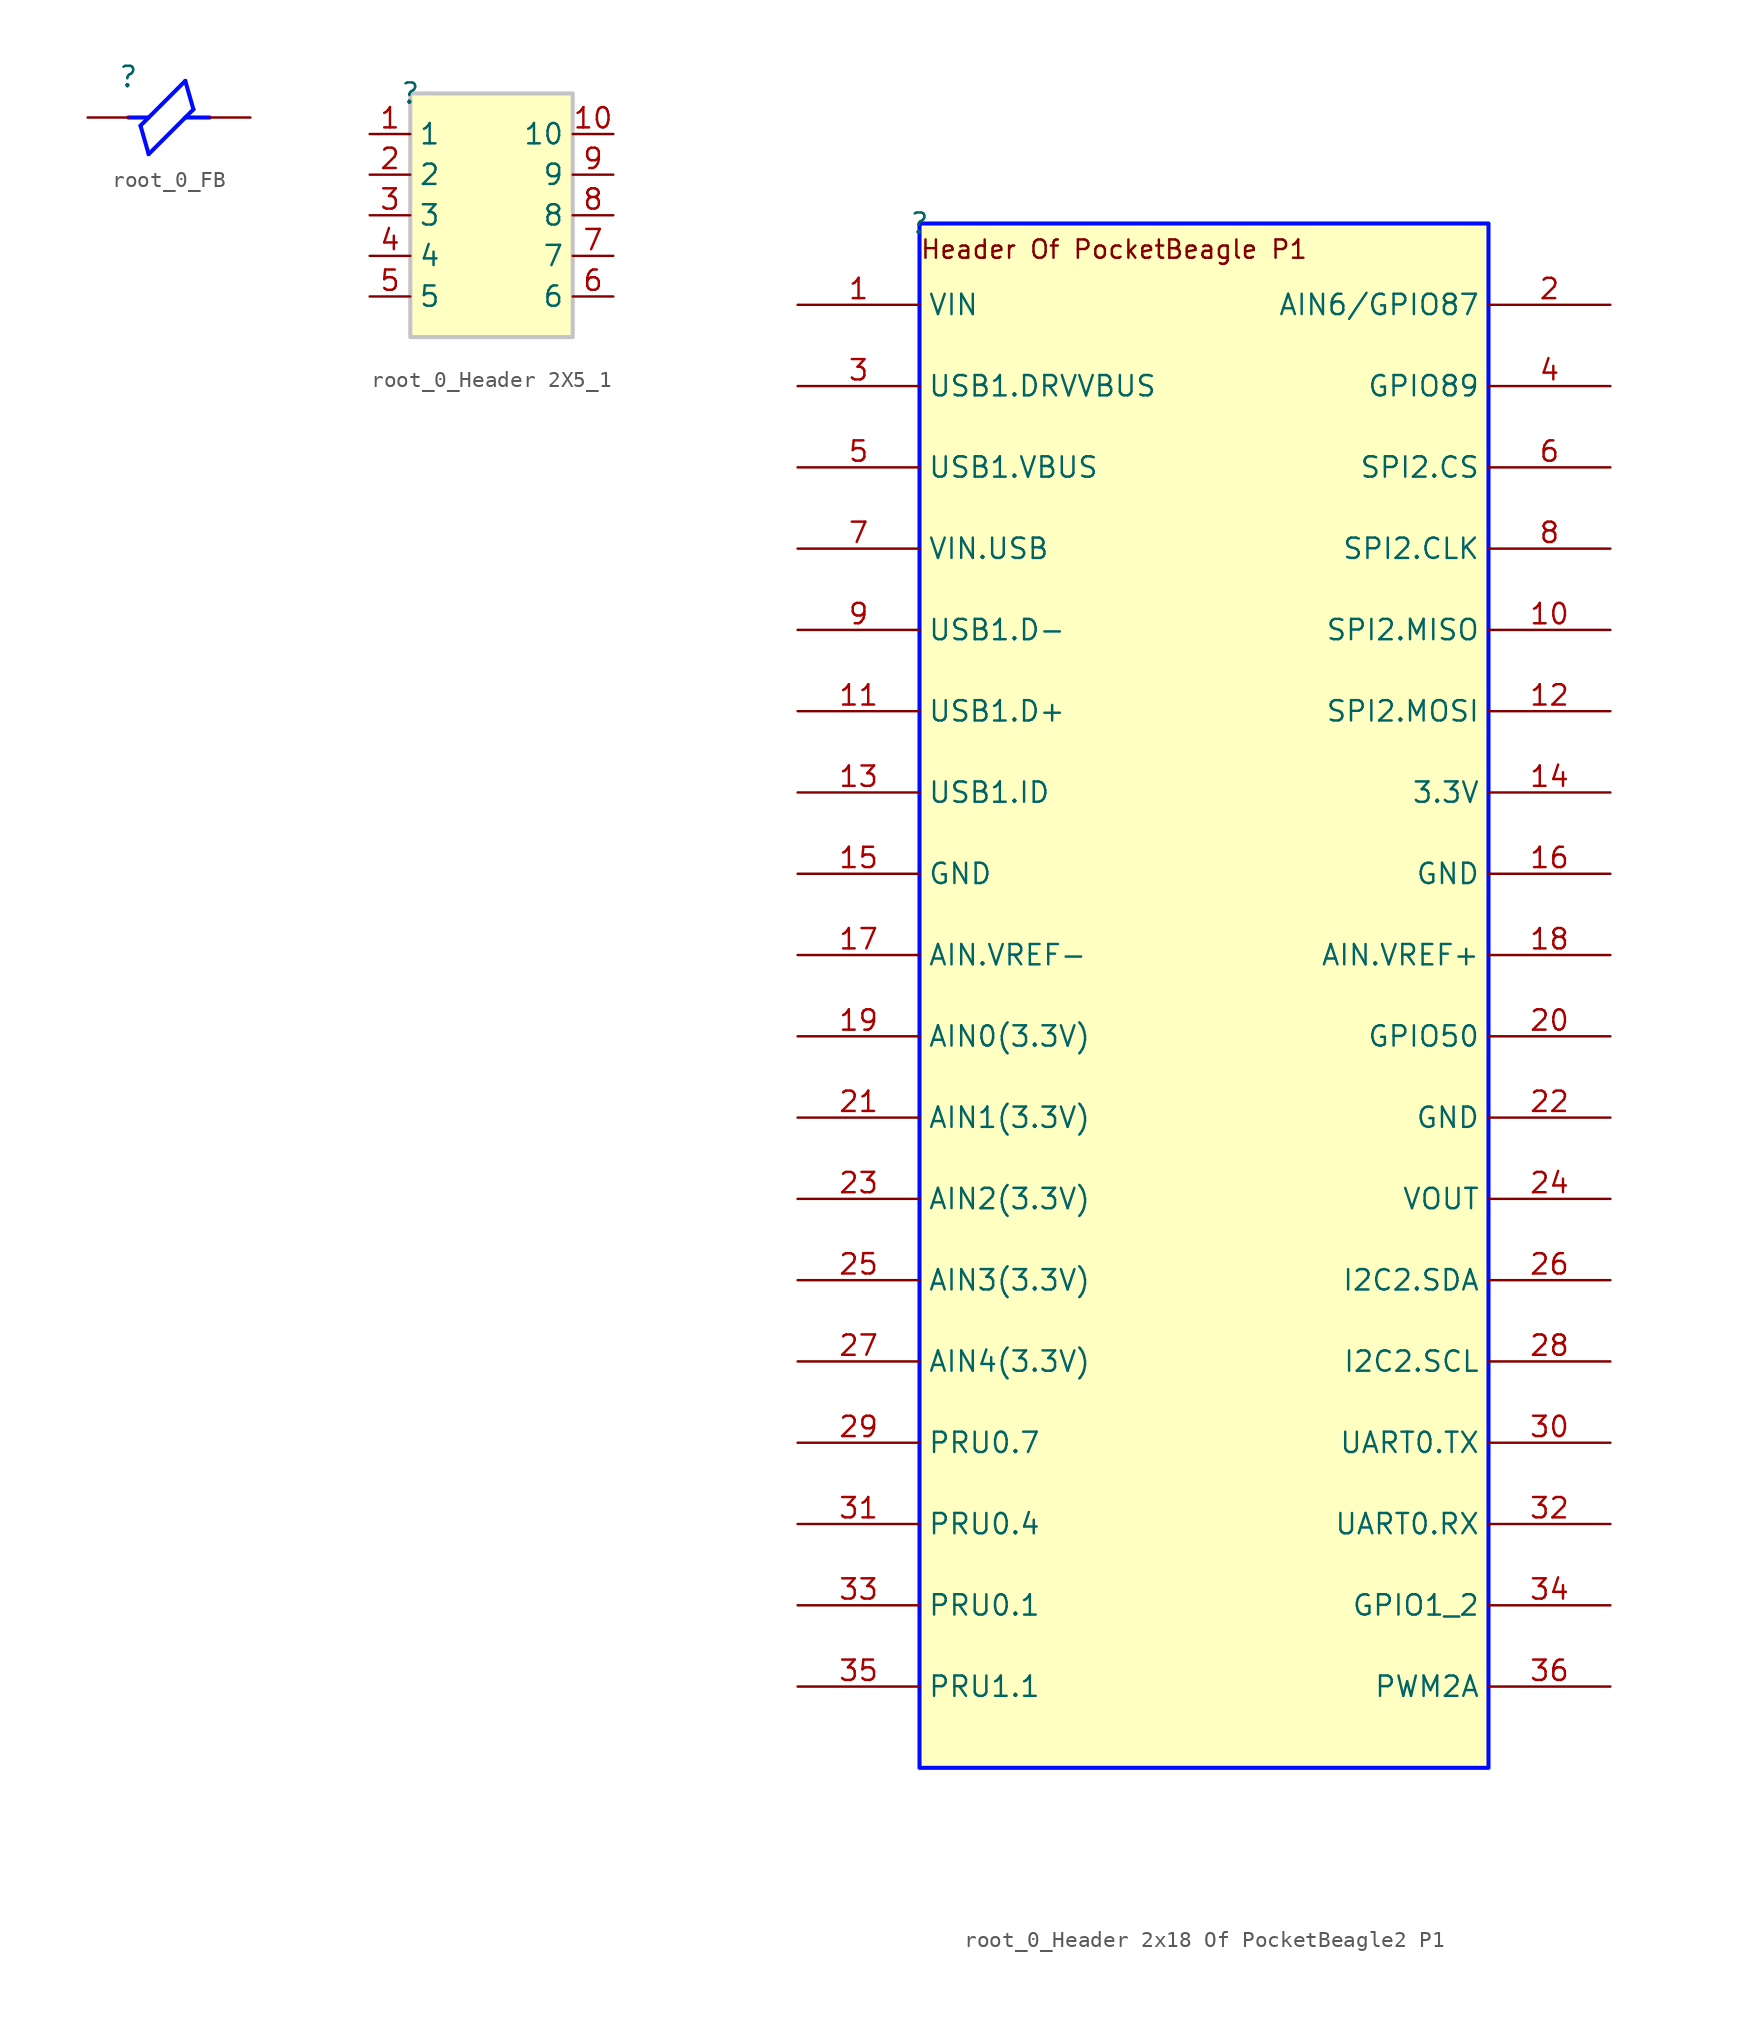
<source format=kicad_sym>
(kicad_symbol_lib
  (version 20231120)
  (generator "kicad_symbol_editor")
  (generator_version "8.0")
  (symbol "root_0_FB"
    (property "Reference" ""
      (at 0 0 0)
      (effects (font (size 1.27 1.27))))
    (property "Value" ""
      (at 0 0 0)
      (effects (font (size 1.27 1.27))))
    (symbol "root_0_FB_1_0"
      (polyline (pts (xy 0 -2.54) (xy 1.27 -2.54)) (stroke (width 0.254) (type solid) (color 0 11 255 1)) (fill (type none)))
      (polyline (pts (xy 0.762 -3.048) (xy 1.27 -4.826)) (stroke (width 0.254) (type solid) (color 0 11 255 1)) (fill (type none)))
      (polyline (pts (xy 0.762 -3.048) (xy 3.556 -0.254)) (stroke (width 0.254) (type solid) (color 0 11 255 1)) (fill (type none)))
      (polyline (pts (xy 1.27 -4.826) (xy 4.064 -2.032)) (stroke (width 0.254) (type solid) (color 0 11 255 1)) (fill (type none)))
      (polyline (pts (xy 3.556 -0.254) (xy 4.064 -2.032)) (stroke (width 0.254) (type solid) (color 0 11 255 1)) (fill (type none)))
      (polyline (pts (xy 5.08 -2.54) (xy 3.556 -2.54)) (stroke (width 0.254) (type solid) (color 0 11 255 1)) (fill (type none)))
      (pin passive line (at -2.54 -2.54 0) (length 2.54) (name "1" (effects (font (size 0 0)))) (number "1" (effects (font (size 0 0)))))
      (pin passive line (at 7.62 -2.54 180) (length 2.54) (name "2" (effects (font (size 0 0)))) (number "2" (effects (font (size 0 0)))))))
  (symbol "root_0_Header 2X5_1"
    (property "Reference" ""
      (at 0 0 0)
      (effects (font (size 1.27 1.27))))
    (property "Value" ""
      (at 0 0 0)
      (effects (font (size 1.27 1.27))))
    (symbol "root_0_Header 2X5_1_1_0"
      (rectangle (start 10.16 0) (end 0 -15.24) (stroke (width 0.254) (type solid) (color 198 195 198 1)) (fill (type background)))
      (pin passive line (at -2.54 -2.54 0) (length 2.54) (name "1" (effects (font (size 1.27 1.27)))) (number "1" (effects (font (size 1.27 1.27)))))
      (pin passive line (at 12.7 -2.54 180) (length 2.54) (name "10" (effects (font (size 1.27 1.27)))) (number "10" (effects (font (size 1.27 1.27)))))
      (pin passive line (at -2.54 -5.08 0) (length 2.54) (name "2" (effects (font (size 1.27 1.27)))) (number "2" (effects (font (size 1.27 1.27)))))
      (pin passive line (at -2.54 -7.62 0) (length 2.54) (name "3" (effects (font (size 1.27 1.27)))) (number "3" (effects (font (size 1.27 1.27)))))
      (pin passive line (at -2.54 -10.16 0) (length 2.54) (name "4" (effects (font (size 1.27 1.27)))) (number "4" (effects (font (size 1.27 1.27)))))
      (pin passive line (at -2.54 -12.7 0) (length 2.54) (name "5" (effects (font (size 1.27 1.27)))) (number "5" (effects (font (size 1.27 1.27)))))
      (pin passive line (at 12.7 -12.7 180) (length 2.54) (name "6" (effects (font (size 1.27 1.27)))) (number "6" (effects (font (size 1.27 1.27)))))
      (pin passive line (at 12.7 -10.16 180) (length 2.54) (name "7" (effects (font (size 1.27 1.27)))) (number "7" (effects (font (size 1.27 1.27)))))
      (pin passive line (at 12.7 -7.62 180) (length 2.54) (name "8" (effects (font (size 1.27 1.27)))) (number "8" (effects (font (size 1.27 1.27)))))
      (pin passive line (at 12.7 -5.08 180) (length 2.54) (name "9" (effects (font (size 1.27 1.27)))) (number "9" (effects (font (size 1.27 1.27)))))))
  (symbol "root_0_Header 2x18 Of PocketBeagle2 P1"
    (property "Reference" ""
      (at 0 0 0)
      (effects (font (size 1.27 1.27))))
    (property "Value" ""
      (at 0 0 0)
      (effects (font (size 1.27 1.27))))
    (symbol "root_0_Header 2x18 Of PocketBeagle2 P1_1_0"
      (rectangle (start 35.56 0) (end 0 -96.52) (stroke (width 0.254) (type solid) (color 0 11 255 1)) (fill (type background)))
      (text "Header Of PocketBeagle P1" (at 0 -2.286 0) (effects (font (size 1.143 1.143)) (justify left bottom)))
      (pin passive line (at -7.62 -5.08 0) (length 7.62) (name "VIN" (effects (font (size 1.27 1.27)))) (number "1" (effects (font (size 1.27 1.27)))))
      (pin passive line (at 43.18 -25.4 180) (length 7.62) (name "SPI2.MISO" (effects (font (size 1.27 1.27)))) (number "10" (effects (font (size 1.27 1.27)))))
      (pin passive line (at -7.62 -30.48 0) (length 7.62) (name "USB1.D+" (effects (font (size 1.27 1.27)))) (number "11" (effects (font (size 1.27 1.27)))))
      (pin passive line (at 43.18 -30.48 180) (length 7.62) (name "SPI2.MOSI" (effects (font (size 1.27 1.27)))) (number "12" (effects (font (size 1.27 1.27)))))
      (pin passive line (at -7.62 -35.56 0) (length 7.62) (name "USB1.ID" (effects (font (size 1.27 1.27)))) (number "13" (effects (font (size 1.27 1.27)))))
      (pin power_in line (at 43.18 -35.56 180) (length 7.62) (name "3.3V" (effects (font (size 1.27 1.27)))) (number "14" (effects (font (size 1.27 1.27)))))
      (pin power_in line (at -7.62 -40.64 0) (length 7.62) (name "GND" (effects (font (size 1.27 1.27)))) (number "15" (effects (font (size 1.27 1.27)))))
      (pin power_in line (at 43.18 -40.64 180) (length 7.62) (name "GND" (effects (font (size 1.27 1.27)))) (number "16" (effects (font (size 1.27 1.27)))))
      (pin passive line (at -7.62 -45.72 0) (length 7.62) (name "AIN.VREF-" (effects (font (size 1.27 1.27)))) (number "17" (effects (font (size 1.27 1.27)))))
      (pin passive line (at 43.18 -45.72 180) (length 7.62) (name "AIN.VREF+" (effects (font (size 1.27 1.27)))) (number "18" (effects (font (size 1.27 1.27)))))
      (pin passive line (at -7.62 -50.8 0) (length 7.62) (name "AIN0(3.3V)" (effects (font (size 1.27 1.27)))) (number "19" (effects (font (size 1.27 1.27)))))
      (pin passive line (at 43.18 -5.08 180) (length 7.62) (name "AIN6/GPIO87" (effects (font (size 1.27 1.27)))) (number "2" (effects (font (size 1.27 1.27)))))
      (pin passive line (at 43.18 -50.8 180) (length 7.62) (name "GPIO50" (effects (font (size 1.27 1.27)))) (number "20" (effects (font (size 1.27 1.27)))))
      (pin passive line (at -7.62 -55.88 0) (length 7.62) (name "AIN1(3.3V)" (effects (font (size 1.27 1.27)))) (number "21" (effects (font (size 1.27 1.27)))))
      (pin power_in line (at 43.18 -55.88 180) (length 7.62) (name "GND" (effects (font (size 1.27 1.27)))) (number "22" (effects (font (size 1.27 1.27)))))
      (pin passive line (at -7.62 -60.96 0) (length 7.62) (name "AIN2(3.3V)" (effects (font (size 1.27 1.27)))) (number "23" (effects (font (size 1.27 1.27)))))
      (pin power_in line (at 43.18 -60.96 180) (length 7.62) (name "VOUT" (effects (font (size 1.27 1.27)))) (number "24" (effects (font (size 1.27 1.27)))))
      (pin passive line (at -7.62 -66.04 0) (length 7.62) (name "AIN3(3.3V)" (effects (font (size 1.27 1.27)))) (number "25" (effects (font (size 1.27 1.27)))))
      (pin passive line (at 43.18 -66.04 180) (length 7.62) (name "I2C2.SDA" (effects (font (size 1.27 1.27)))) (number "26" (effects (font (size 1.27 1.27)))))
      (pin passive line (at -7.62 -71.12 0) (length 7.62) (name "AIN4(3.3V)" (effects (font (size 1.27 1.27)))) (number "27" (effects (font (size 1.27 1.27)))))
      (pin passive line (at 43.18 -71.12 180) (length 7.62) (name "I2C2.SCL" (effects (font (size 1.27 1.27)))) (number "28" (effects (font (size 1.27 1.27)))))
      (pin passive line (at -7.62 -76.2 0) (length 7.62) (name "PRU0.7" (effects (font (size 1.27 1.27)))) (number "29" (effects (font (size 1.27 1.27)))))
      (pin passive line (at -7.62 -10.16 0) (length 7.62) (name "USB1.DRVVBUS" (effects (font (size 1.27 1.27)))) (number "3" (effects (font (size 1.27 1.27)))))
      (pin passive line (at 43.18 -76.2 180) (length 7.62) (name "UART0.TX" (effects (font (size 1.27 1.27)))) (number "30" (effects (font (size 1.27 1.27)))))
      (pin passive line (at -7.62 -81.28 0) (length 7.62) (name "PRU0.4" (effects (font (size 1.27 1.27)))) (number "31" (effects (font (size 1.27 1.27)))))
      (pin passive line (at 43.18 -81.28 180) (length 7.62) (name "UART0.RX" (effects (font (size 1.27 1.27)))) (number "32" (effects (font (size 1.27 1.27)))))
      (pin passive line (at -7.62 -86.36 0) (length 7.62) (name "PRU0.1" (effects (font (size 1.27 1.27)))) (number "33" (effects (font (size 1.27 1.27)))))
      (pin passive line (at 43.18 -86.36 180) (length 7.62) (name "GPIO1_2" (effects (font (size 1.27 1.27)))) (number "34" (effects (font (size 1.27 1.27)))))
      (pin passive line (at -7.62 -91.44 0) (length 7.62) (name "PRU1.1" (effects (font (size 1.27 1.27)))) (number "35" (effects (font (size 1.27 1.27)))))
      (pin passive line (at 43.18 -91.44 180) (length 7.62) (name "PWM2A" (effects (font (size 1.27 1.27)))) (number "36" (effects (font (size 1.27 1.27)))))
      (pin passive line (at 43.18 -10.16 180) (length 7.62) (name "GPIO89" (effects (font (size 1.27 1.27)))) (number "4" (effects (font (size 1.27 1.27)))))
      (pin passive line (at -7.62 -15.24 0) (length 7.62) (name "USB1.VBUS" (effects (font (size 1.27 1.27)))) (number "5" (effects (font (size 1.27 1.27)))))
      (pin passive line (at 43.18 -15.24 180) (length 7.62) (name "SPI2.CS" (effects (font (size 1.27 1.27)))) (number "6" (effects (font (size 1.27 1.27)))))
      (pin passive line (at -7.62 -20.32 0) (length 7.62) (name "VIN.USB" (effects (font (size 1.27 1.27)))) (number "7" (effects (font (size 1.27 1.27)))))
      (pin passive line (at 43.18 -20.32 180) (length 7.62) (name "SPI2.CLK" (effects (font (size 1.27 1.27)))) (number "8" (effects (font (size 1.27 1.27)))))
      (pin passive line (at -7.62 -25.4 0) (length 7.62) (name "USB1.D-" (effects (font (size 1.27 1.27)))) (number "9" (effects (font (size 1.27 1.27))))))))
</source>
